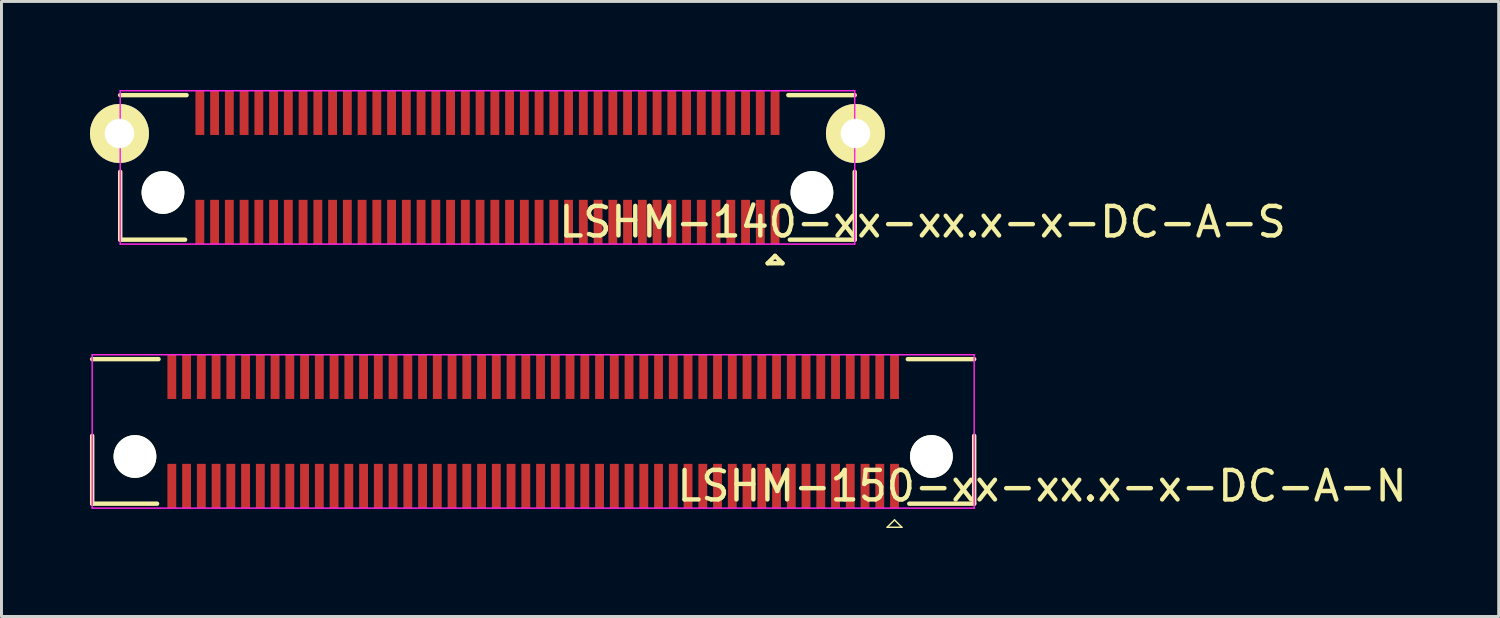
<source format=kicad_pcb>
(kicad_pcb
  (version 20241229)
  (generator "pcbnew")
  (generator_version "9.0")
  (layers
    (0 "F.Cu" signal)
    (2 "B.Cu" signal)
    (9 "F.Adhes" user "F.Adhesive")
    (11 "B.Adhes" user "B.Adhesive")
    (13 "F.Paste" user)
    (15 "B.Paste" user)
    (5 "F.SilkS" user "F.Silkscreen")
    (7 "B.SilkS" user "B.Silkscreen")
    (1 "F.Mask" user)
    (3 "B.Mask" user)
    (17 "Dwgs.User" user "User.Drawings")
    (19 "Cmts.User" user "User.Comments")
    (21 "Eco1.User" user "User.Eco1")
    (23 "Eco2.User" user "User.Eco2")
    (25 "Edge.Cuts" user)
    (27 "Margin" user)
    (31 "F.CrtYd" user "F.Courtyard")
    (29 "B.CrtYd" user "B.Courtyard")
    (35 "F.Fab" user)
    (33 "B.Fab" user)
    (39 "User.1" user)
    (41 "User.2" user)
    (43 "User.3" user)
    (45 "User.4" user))
  (footprint "LSHM-150-xx-xx.x-x-DC-A-N"
    (layer "F.Cu")
    (at 15.025 11.575)
    (property "Reference" "LSHM-150-xx-xx.x-x-DC-A-N" (at 17.25 1.85 0) (layer "F.SilkS") (effects (font (size 1 1) (thickness 0.15))))
    (attr smd)
    (fp_line (start -14.95 -2.45) (end -12.7 -2.45) (stroke (width 0.15) (type solid)) (layer "F.SilkS"))
    (fp_line (start -14.95 2.45) (end -14.95 0.15) (stroke (width 0.15) (type solid)) (layer "F.SilkS"))
    (fp_line (start -12.75 2.45) (end -14.95 2.45) (stroke (width 0.15) (type solid)) (layer "F.SilkS"))
    (fp_line (start 12 3.25) (end 12.5 3.25) (stroke (width 0.05) (type solid)) (layer "F.SilkS"))
    (fp_line (start 12.25 3) (end 12 3.25) (stroke (width 0.05) (type solid)) (layer "F.SilkS"))
    (fp_line (start 12.5 3.25) (end 12.25 3) (stroke (width 0.05) (type solid)) (layer "F.SilkS"))
    (fp_line (start 12.7 -2.45) (end 14.95 -2.45) (stroke (width 0.15) (type solid)) (layer "F.SilkS"))
    (fp_line (start 14.95 0.15) (end 14.95 2.45) (stroke (width 0.15) (type solid)) (layer "F.SilkS"))
    (fp_line (start 14.95 2.45) (end 12.75 2.45) (stroke (width 0.15) (type solid)) (layer "F.SilkS"))
    (fp_line (start -14.95 -2.6) (end -14.95 2.6) (stroke (width 0.05) (type solid)) (layer "F.CrtYd"))
    (fp_line (start -14.95 2.6) (end 14.95 2.6) (stroke (width 0.05) (type solid)) (layer "F.CrtYd"))
    (fp_line (start 14.95 -2.6) (end -14.95 -2.6) (stroke (width 0.05) (type solid)) (layer "F.CrtYd"))
    (fp_line (start 14.95 2.6) (end 14.95 -2.6) (stroke (width 0.05) (type solid)) (layer "F.CrtYd"))
    (pad "" np_thru_hole circle (at -13.5 0.85) (size 1.45 1.45) (drill 1.45) (layers "*.Cu" "*.Mask" "F.SilkS"))
    (pad "" np_thru_hole circle (at 13.5 0.85) (size 1.45 1.45) (drill 1.45) (layers "*.Cu" "*.Mask" "F.SilkS"))
    (pad "1" smd rect (at 12.25 1.85) (size 0.3 1.5) (layers "F.Cu" "F.Mask" "F.Paste"))
    (pad "2" smd rect (at 12.25 -1.85) (size 0.3 1.5) (layers "F.Cu" "F.Mask" "F.Paste"))
    (pad "3" smd rect (at 11.75 1.85) (size 0.3 1.5) (layers "F.Cu" "F.Mask" "F.Paste"))
    (pad "4" smd rect (at 11.75 -1.85) (size 0.3 1.5) (layers "F.Cu" "F.Mask" "F.Paste"))
    (pad "5" smd rect (at 11.25 1.85) (size 0.3 1.5) (layers "F.Cu" "F.Mask" "F.Paste"))
    (pad "6" smd rect (at 11.25 -1.85) (size 0.3 1.5) (layers "F.Cu" "F.Mask" "F.Paste"))
    (pad "7" smd rect (at 10.75 1.85) (size 0.3 1.5) (layers "F.Cu" "F.Mask" "F.Paste"))
    (pad "8" smd rect (at 10.75 -1.85) (size 0.3 1.5) (layers "F.Cu" "F.Mask" "F.Paste"))
    (pad "9" smd rect (at 10.25 1.85) (size 0.3 1.5) (layers "F.Cu" "F.Mask" "F.Paste"))
    (pad "10" smd rect (at 10.25 -1.85) (size 0.3 1.5) (layers "F.Cu" "F.Mask" "F.Paste"))
    (pad "11" smd rect (at 9.75 1.85) (size 0.3 1.5) (layers "F.Cu" "F.Mask" "F.Paste"))
    (pad "12" smd rect (at 9.75 -1.85) (size 0.3 1.5) (layers "F.Cu" "F.Mask" "F.Paste"))
    (pad "13" smd rect (at 9.25 1.85) (size 0.3 1.5) (layers "F.Cu" "F.Mask" "F.Paste"))
    (pad "14" smd rect (at 9.25 -1.85) (size 0.3 1.5) (layers "F.Cu" "F.Mask" "F.Paste"))
    (pad "15" smd rect (at 8.75 1.85) (size 0.3 1.5) (layers "F.Cu" "F.Mask" "F.Paste"))
    (pad "16" smd rect (at 8.75 -1.85) (size 0.3 1.5) (layers "F.Cu" "F.Mask" "F.Paste"))
    (pad "17" smd rect (at 8.25 1.85) (size 0.3 1.5) (layers "F.Cu" "F.Mask" "F.Paste"))
    (pad "18" smd rect (at 8.25 -1.85) (size 0.3 1.5) (layers "F.Cu" "F.Mask" "F.Paste"))
    (pad "19" smd rect (at 7.75 1.85) (size 0.3 1.5) (layers "F.Cu" "F.Mask" "F.Paste"))
    (pad "20" smd rect (at 7.75 -1.85) (size 0.3 1.5) (layers "F.Cu" "F.Mask" "F.Paste"))
    (pad "21" smd rect (at 7.25 1.85) (size 0.3 1.5) (layers "F.Cu" "F.Mask" "F.Paste"))
    (pad "22" smd rect (at 7.25 -1.85) (size 0.3 1.5) (layers "F.Cu" "F.Mask" "F.Paste"))
    (pad "23" smd rect (at 6.75 1.85) (size 0.3 1.5) (layers "F.Cu" "F.Mask" "F.Paste"))
    (pad "24" smd rect (at 6.75 -1.85) (size 0.3 1.5) (layers "F.Cu" "F.Mask" "F.Paste"))
    (pad "25" smd rect (at 6.25 1.85) (size 0.3 1.5) (layers "F.Cu" "F.Mask" "F.Paste"))
    (pad "26" smd rect (at 6.25 -1.85) (size 0.3 1.5) (layers "F.Cu" "F.Mask" "F.Paste"))
    (pad "27" smd rect (at 5.75 1.85) (size 0.3 1.5) (layers "F.Cu" "F.Mask" "F.Paste"))
    (pad "28" smd rect (at 5.75 -1.85) (size 0.3 1.5) (layers "F.Cu" "F.Mask" "F.Paste"))
    (pad "29" smd rect (at 5.25 1.85) (size 0.3 1.5) (layers "F.Cu" "F.Mask" "F.Paste"))
    (pad "30" smd rect (at 5.25 -1.85) (size 0.3 1.5) (layers "F.Cu" "F.Mask" "F.Paste"))
    (pad "31" smd rect (at 4.75 1.85) (size 0.3 1.5) (layers "F.Cu" "F.Mask" "F.Paste"))
    (pad "32" smd rect (at 4.75 -1.85) (size 0.3 1.5) (layers "F.Cu" "F.Mask" "F.Paste"))
    (pad "33" smd rect (at 4.25 1.85) (size 0.3 1.5) (layers "F.Cu" "F.Mask" "F.Paste"))
    (pad "34" smd rect (at 4.25 -1.85) (size 0.3 1.5) (layers "F.Cu" "F.Mask" "F.Paste"))
    (pad "35" smd rect (at 3.75 1.85) (size 0.3 1.5) (layers "F.Cu" "F.Mask" "F.Paste"))
    (pad "36" smd rect (at 3.75 -1.85) (size 0.3 1.5) (layers "F.Cu" "F.Mask" "F.Paste"))
    (pad "37" smd rect (at 3.25 1.85) (size 0.3 1.5) (layers "F.Cu" "F.Mask" "F.Paste"))
    (pad "38" smd rect (at 3.25 -1.85) (size 0.3 1.5) (layers "F.Cu" "F.Mask" "F.Paste"))
    (pad "39" smd rect (at 2.75 1.85) (size 0.3 1.5) (layers "F.Cu" "F.Mask" "F.Paste"))
    (pad "40" smd rect (at 2.75 -1.85) (size 0.3 1.5) (layers "F.Cu" "F.Mask" "F.Paste"))
    (pad "41" smd rect (at 2.25 1.85) (size 0.3 1.5) (layers "F.Cu" "F.Mask" "F.Paste"))
    (pad "42" smd rect (at 2.25 -1.85) (size 0.3 1.5) (layers "F.Cu" "F.Mask" "F.Paste"))
    (pad "43" smd rect (at 1.75 1.85) (size 0.3 1.5) (layers "F.Cu" "F.Mask" "F.Paste"))
    (pad "44" smd rect (at 1.75 -1.85) (size 0.3 1.5) (layers "F.Cu" "F.Mask" "F.Paste"))
    (pad "45" smd rect (at 1.25 1.85) (size 0.3 1.5) (layers "F.Cu" "F.Mask" "F.Paste"))
    (pad "46" smd rect (at 1.25 -1.85) (size 0.3 1.5) (layers "F.Cu" "F.Mask" "F.Paste"))
    (pad "47" smd rect (at 0.75 1.85) (size 0.3 1.5) (layers "F.Cu" "F.Mask" "F.Paste"))
    (pad "48" smd rect (at 0.75 -1.85) (size 0.3 1.5) (layers "F.Cu" "F.Mask" "F.Paste"))
    (pad "49" smd rect (at 0.25 1.85) (size 0.3 1.5) (layers "F.Cu" "F.Mask" "F.Paste"))
    (pad "50" smd rect (at 0.25 -1.85) (size 0.3 1.5) (layers "F.Cu" "F.Mask" "F.Paste"))
    (pad "51" smd rect (at -0.25 1.85) (size 0.3 1.5) (layers "F.Cu" "F.Mask" "F.Paste"))
    (pad "52" smd rect (at -0.25 -1.85) (size 0.3 1.5) (layers "F.Cu" "F.Mask" "F.Paste"))
    (pad "53" smd rect (at -0.75 1.85) (size 0.3 1.5) (layers "F.Cu" "F.Mask" "F.Paste"))
    (pad "54" smd rect (at -0.75 -1.85) (size 0.3 1.5) (layers "F.Cu" "F.Mask" "F.Paste"))
    (pad "55" smd rect (at -1.25 1.85) (size 0.3 1.5) (layers "F.Cu" "F.Mask" "F.Paste"))
    (pad "56" smd rect (at -1.25 -1.85) (size 0.3 1.5) (layers "F.Cu" "F.Mask" "F.Paste"))
    (pad "57" smd rect (at -1.75 1.85) (size 0.3 1.5) (layers "F.Cu" "F.Mask" "F.Paste"))
    (pad "58" smd rect (at -1.75 -1.85) (size 0.3 1.5) (layers "F.Cu" "F.Mask" "F.Paste"))
    (pad "59" smd rect (at -2.25 1.85) (size 0.3 1.5) (layers "F.Cu" "F.Mask" "F.Paste"))
    (pad "60" smd rect (at -2.25 -1.85) (size 0.3 1.5) (layers "F.Cu" "F.Mask" "F.Paste"))
    (pad "61" smd rect (at -2.75 1.85) (size 0.3 1.5) (layers "F.Cu" "F.Mask" "F.Paste"))
    (pad "62" smd rect (at -2.75 -1.85) (size 0.3 1.5) (layers "F.Cu" "F.Mask" "F.Paste"))
    (pad "63" smd rect (at -3.25 1.85) (size 0.3 1.5) (layers "F.Cu" "F.Mask" "F.Paste"))
    (pad "64" smd rect (at -3.25 -1.85) (size 0.3 1.5) (layers "F.Cu" "F.Mask" "F.Paste"))
    (pad "65" smd rect (at -3.75 1.85) (size 0.3 1.5) (layers "F.Cu" "F.Mask" "F.Paste"))
    (pad "66" smd rect (at -3.75 -1.85) (size 0.3 1.5) (layers "F.Cu" "F.Mask" "F.Paste"))
    (pad "67" smd rect (at -4.25 1.85) (size 0.3 1.5) (layers "F.Cu" "F.Mask" "F.Paste"))
    (pad "68" smd rect (at -4.25 -1.85) (size 0.3 1.5) (layers "F.Cu" "F.Mask" "F.Paste"))
    (pad "69" smd rect (at -4.75 1.85) (size 0.3 1.5) (layers "F.Cu" "F.Mask" "F.Paste"))
    (pad "70" smd rect (at -4.75 -1.85) (size 0.3 1.5) (layers "F.Cu" "F.Mask" "F.Paste"))
    (pad "71" smd rect (at -5.25 1.85) (size 0.3 1.5) (layers "F.Cu" "F.Mask" "F.Paste"))
    (pad "72" smd rect (at -5.25 -1.85) (size 0.3 1.5) (layers "F.Cu" "F.Mask" "F.Paste"))
    (pad "73" smd rect (at -5.75 1.85) (size 0.3 1.5) (layers "F.Cu" "F.Mask" "F.Paste"))
    (pad "74" smd rect (at -5.75 -1.85) (size 0.3 1.5) (layers "F.Cu" "F.Mask" "F.Paste"))
    (pad "75" smd rect (at -6.25 1.85) (size 0.3 1.5) (layers "F.Cu" "F.Mask" "F.Paste"))
    (pad "76" smd rect (at -6.25 -1.85) (size 0.3 1.5) (layers "F.Cu" "F.Mask" "F.Paste"))
    (pad "77" smd rect (at -6.75 1.85) (size 0.3 1.5) (layers "F.Cu" "F.Mask" "F.Paste"))
    (pad "78" smd rect (at -6.75 -1.85) (size 0.3 1.5) (layers "F.Cu" "F.Mask" "F.Paste"))
    (pad "79" smd rect (at -7.25 1.85) (size 0.3 1.5) (layers "F.Cu" "F.Mask" "F.Paste"))
    (pad "80" smd rect (at -7.25 -1.85) (size 0.3 1.5) (layers "F.Cu" "F.Mask" "F.Paste"))
    (pad "81" smd rect (at -7.75 1.85) (size 0.3 1.5) (layers "F.Cu" "F.Mask" "F.Paste"))
    (pad "82" smd rect (at -7.75 -1.85) (size 0.3 1.5) (layers "F.Cu" "F.Mask" "F.Paste"))
    (pad "83" smd rect (at -8.25 1.85) (size 0.3 1.5) (layers "F.Cu" "F.Mask" "F.Paste"))
    (pad "84" smd rect (at -8.25 -1.85) (size 0.3 1.5) (layers "F.Cu" "F.Mask" "F.Paste"))
    (pad "85" smd rect (at -8.75 1.85) (size 0.3 1.5) (layers "F.Cu" "F.Mask" "F.Paste"))
    (pad "86" smd rect (at -8.75 -1.85) (size 0.3 1.5) (layers "F.Cu" "F.Mask" "F.Paste"))
    (pad "87" smd rect (at -9.25 1.85) (size 0.3 1.5) (layers "F.Cu" "F.Mask" "F.Paste"))
    (pad "88" smd rect (at -9.25 -1.85) (size 0.3 1.5) (layers "F.Cu" "F.Mask" "F.Paste"))
    (pad "89" smd rect (at -9.75 1.85) (size 0.3 1.5) (layers "F.Cu" "F.Mask" "F.Paste"))
    (pad "90" smd rect (at -9.75 -1.85) (size 0.3 1.5) (layers "F.Cu" "F.Mask" "F.Paste"))
    (pad "91" smd rect (at -10.25 1.85) (size 0.3 1.5) (layers "F.Cu" "F.Mask" "F.Paste"))
    (pad "92" smd rect (at -10.25 -1.85) (size 0.3 1.5) (layers "F.Cu" "F.Mask" "F.Paste"))
    (pad "93" smd rect (at -10.75 1.85) (size 0.3 1.5) (layers "F.Cu" "F.Mask" "F.Paste"))
    (pad "94" smd rect (at -10.75 -1.85) (size 0.3 1.5) (layers "F.Cu" "F.Mask" "F.Paste"))
    (pad "95" smd rect (at -11.25 1.85) (size 0.3 1.5) (layers "F.Cu" "F.Mask" "F.Paste"))
    (pad "96" smd rect (at -11.25 -1.85) (size 0.3 1.5) (layers "F.Cu" "F.Mask" "F.Paste"))
    (pad "97" smd rect (at -11.75 1.85) (size 0.3 1.5) (layers "F.Cu" "F.Mask" "F.Paste"))
    (pad "98" smd rect (at -11.75 -1.85) (size 0.3 1.5) (layers "F.Cu" "F.Mask" "F.Paste"))
    (pad "99" smd rect (at -12.25 1.85) (size 0.3 1.5) (layers "F.Cu" "F.Mask" "F.Paste"))
    (pad "100" smd rect (at -12.25 -1.85) (size 0.3 1.5) (layers "F.Cu" "F.Mask" "F.Paste")))
  (footprint "LSHM-140-xx-xx.x-x-DC-A-S"
    (layer "F.Cu")
    (at 13.475 2.625)
    (property "Reference" "LSHM-140-xx-xx.x-x-DC-A-S" (at 14.75 1.85 0) (layer "F.SilkS") (effects (font (size 1 1) (thickness 0.15))))
    (attr smd)
    (fp_line (start -12.45 -2.45) (end -10.2 -2.45) (stroke (width 0.15) (type solid)) (layer "F.SilkS"))
    (fp_line (start -12.45 2.45) (end -12.45 0.15) (stroke (width 0.15) (type solid)) (layer "F.SilkS"))
    (fp_line (start -10.25 2.45) (end -12.45 2.45) (stroke (width 0.15) (type solid)) (layer "F.SilkS"))
    (fp_line (start 9.5 3.25) (end 10 3.25) (stroke (width 0.15) (type solid)) (layer "F.SilkS"))
    (fp_line (start 9.75 3) (end 9.5 3.25) (stroke (width 0.15) (type solid)) (layer "F.SilkS"))
    (fp_line (start 10 3.25) (end 9.75 3) (stroke (width 0.15) (type solid)) (layer "F.SilkS"))
    (fp_line (start 10.2 -2.45) (end 12.45 -2.45) (stroke (width 0.15) (type solid)) (layer "F.SilkS"))
    (fp_line (start 12.45 0.15) (end 12.45 2.45) (stroke (width 0.15) (type solid)) (layer "F.SilkS"))
    (fp_line (start 12.45 2.45) (end 10.25 2.45) (stroke (width 0.15) (type solid)) (layer "F.SilkS"))
    (fp_line (start -12.45 -2.6) (end -12.45 2.6) (stroke (width 0.05) (type solid)) (layer "F.CrtYd"))
    (fp_line (start -12.45 2.6) (end 12.45 2.6) (stroke (width 0.05) (type solid)) (layer "F.CrtYd"))
    (fp_line (start 12.45 -2.6) (end -12.45 -2.6) (stroke (width 0.05) (type solid)) (layer "F.CrtYd"))
    (fp_line (start 12.45 2.6) (end 12.45 -2.6) (stroke (width 0.05) (type solid)) (layer "F.CrtYd"))
    (pad "" np_thru_hole circle (at -11 0.85) (size 1.45 1.45) (drill 1.45) (layers "*.Cu" "*.Mask" "F.SilkS"))
    (pad "" np_thru_hole circle (at 11 0.85) (size 1.45 1.45) (drill 1.45) (layers "*.Cu" "*.Mask" "F.SilkS"))
    (pad "1" smd rect (at 9.75 1.85) (size 0.3 1.5) (layers "F.Cu" "F.Mask" "F.Paste"))
    (pad "2" smd rect (at 9.75 -1.85) (size 0.3 1.5) (layers "F.Cu" "F.Mask" "F.Paste"))
    (pad "3" smd rect (at 9.25 1.85) (size 0.3 1.5) (layers "F.Cu" "F.Mask" "F.Paste"))
    (pad "4" smd rect (at 9.25 -1.85) (size 0.3 1.5) (layers "F.Cu" "F.Mask" "F.Paste"))
    (pad "5" smd rect (at 8.75 1.85) (size 0.3 1.5) (layers "F.Cu" "F.Mask" "F.Paste"))
    (pad "6" smd rect (at 8.75 -1.85) (size 0.3 1.5) (layers "F.Cu" "F.Mask" "F.Paste"))
    (pad "7" smd rect (at 8.25 1.85) (size 0.3 1.5) (layers "F.Cu" "F.Mask" "F.Paste"))
    (pad "8" smd rect (at 8.25 -1.85) (size 0.3 1.5) (layers "F.Cu" "F.Mask" "F.Paste"))
    (pad "9" smd rect (at 7.75 1.85) (size 0.3 1.5) (layers "F.Cu" "F.Mask" "F.Paste"))
    (pad "10" smd rect (at 7.75 -1.85) (size 0.3 1.5) (layers "F.Cu" "F.Mask" "F.Paste"))
    (pad "11" smd rect (at 7.25 1.85) (size 0.3 1.5) (layers "F.Cu" "F.Mask" "F.Paste"))
    (pad "12" smd rect (at 7.25 -1.85) (size 0.3 1.5) (layers "F.Cu" "F.Mask" "F.Paste"))
    (pad "13" smd rect (at 6.75 1.85) (size 0.3 1.5) (layers "F.Cu" "F.Mask" "F.Paste"))
    (pad "14" smd rect (at 6.75 -1.85) (size 0.3 1.5) (layers "F.Cu" "F.Mask" "F.Paste"))
    (pad "15" smd rect (at 6.25 1.85) (size 0.3 1.5) (layers "F.Cu" "F.Mask" "F.Paste"))
    (pad "16" smd rect (at 6.25 -1.85) (size 0.3 1.5) (layers "F.Cu" "F.Mask" "F.Paste"))
    (pad "17" smd rect (at 5.75 1.85) (size 0.3 1.5) (layers "F.Cu" "F.Mask" "F.Paste"))
    (pad "18" smd rect (at 5.75 -1.85) (size 0.3 1.5) (layers "F.Cu" "F.Mask" "F.Paste"))
    (pad "19" smd rect (at 5.25 1.85) (size 0.3 1.5) (layers "F.Cu" "F.Mask" "F.Paste"))
    (pad "20" smd rect (at 5.25 -1.85) (size 0.3 1.5) (layers "F.Cu" "F.Mask" "F.Paste"))
    (pad "21" smd rect (at 4.75 1.85) (size 0.3 1.5) (layers "F.Cu" "F.Mask" "F.Paste"))
    (pad "22" smd rect (at 4.75 -1.85) (size 0.3 1.5) (layers "F.Cu" "F.Mask" "F.Paste"))
    (pad "23" smd rect (at 4.25 1.85) (size 0.3 1.5) (layers "F.Cu" "F.Mask" "F.Paste"))
    (pad "24" smd rect (at 4.25 -1.85) (size 0.3 1.5) (layers "F.Cu" "F.Mask" "F.Paste"))
    (pad "25" smd rect (at 3.75 1.85) (size 0.3 1.5) (layers "F.Cu" "F.Mask" "F.Paste"))
    (pad "26" smd rect (at 3.75 -1.85) (size 0.3 1.5) (layers "F.Cu" "F.Mask" "F.Paste"))
    (pad "27" smd rect (at 3.25 1.85) (size 0.3 1.5) (layers "F.Cu" "F.Mask" "F.Paste"))
    (pad "28" smd rect (at 3.25 -1.85) (size 0.3 1.5) (layers "F.Cu" "F.Mask" "F.Paste"))
    (pad "29" smd rect (at 2.75 1.85) (size 0.3 1.5) (layers "F.Cu" "F.Mask" "F.Paste"))
    (pad "30" smd rect (at 2.75 -1.85) (size 0.3 1.5) (layers "F.Cu" "F.Mask" "F.Paste"))
    (pad "31" smd rect (at 2.25 1.85) (size 0.3 1.5) (layers "F.Cu" "F.Mask" "F.Paste"))
    (pad "32" smd rect (at 2.25 -1.85) (size 0.3 1.5) (layers "F.Cu" "F.Mask" "F.Paste"))
    (pad "33" smd rect (at 1.75 1.85) (size 0.3 1.5) (layers "F.Cu" "F.Mask" "F.Paste"))
    (pad "34" smd rect (at 1.75 -1.85) (size 0.3 1.5) (layers "F.Cu" "F.Mask" "F.Paste"))
    (pad "35" smd rect (at 1.25 1.85) (size 0.3 1.5) (layers "F.Cu" "F.Mask" "F.Paste"))
    (pad "36" smd rect (at 1.25 -1.85) (size 0.3 1.5) (layers "F.Cu" "F.Mask" "F.Paste"))
    (pad "37" smd rect (at 0.75 1.85) (size 0.3 1.5) (layers "F.Cu" "F.Mask" "F.Paste"))
    (pad "38" smd rect (at 0.75 -1.85) (size 0.3 1.5) (layers "F.Cu" "F.Mask" "F.Paste"))
    (pad "39" smd rect (at 0.25 1.85) (size 0.3 1.5) (layers "F.Cu" "F.Mask" "F.Paste"))
    (pad "40" smd rect (at 0.25 -1.85) (size 0.3 1.5) (layers "F.Cu" "F.Mask" "F.Paste"))
    (pad "41" smd rect (at -0.25 1.85) (size 0.3 1.5) (layers "F.Cu" "F.Mask" "F.Paste"))
    (pad "42" smd rect (at -0.25 -1.85) (size 0.3 1.5) (layers "F.Cu" "F.Mask" "F.Paste"))
    (pad "43" smd rect (at -0.75 1.85) (size 0.3 1.5) (layers "F.Cu" "F.Mask" "F.Paste"))
    (pad "44" smd rect (at -0.75 -1.85) (size 0.3 1.5) (layers "F.Cu" "F.Mask" "F.Paste"))
    (pad "45" smd rect (at -1.25 1.85) (size 0.3 1.5) (layers "F.Cu" "F.Mask" "F.Paste"))
    (pad "46" smd rect (at -1.25 -1.85) (size 0.3 1.5) (layers "F.Cu" "F.Mask" "F.Paste"))
    (pad "47" smd rect (at -1.75 1.85) (size 0.3 1.5) (layers "F.Cu" "F.Mask" "F.Paste"))
    (pad "48" smd rect (at -1.75 -1.85) (size 0.3 1.5) (layers "F.Cu" "F.Mask" "F.Paste"))
    (pad "49" smd rect (at -2.25 1.85) (size 0.3 1.5) (layers "F.Cu" "F.Mask" "F.Paste"))
    (pad "50" smd rect (at -2.25 -1.85) (size 0.3 1.5) (layers "F.Cu" "F.Mask" "F.Paste"))
    (pad "51" smd rect (at -2.75 1.85) (size 0.3 1.5) (layers "F.Cu" "F.Mask" "F.Paste"))
    (pad "52" smd rect (at -2.75 -1.85) (size 0.3 1.5) (layers "F.Cu" "F.Mask" "F.Paste"))
    (pad "53" smd rect (at -3.25 1.85) (size 0.3 1.5) (layers "F.Cu" "F.Mask" "F.Paste"))
    (pad "54" smd rect (at -3.25 -1.85) (size 0.3 1.5) (layers "F.Cu" "F.Mask" "F.Paste"))
    (pad "55" smd rect (at -3.75 1.85) (size 0.3 1.5) (layers "F.Cu" "F.Mask" "F.Paste"))
    (pad "56" smd rect (at -3.75 -1.85) (size 0.3 1.5) (layers "F.Cu" "F.Mask" "F.Paste"))
    (pad "57" smd rect (at -4.25 1.85) (size 0.3 1.5) (layers "F.Cu" "F.Mask" "F.Paste"))
    (pad "58" smd rect (at -4.25 -1.85) (size 0.3 1.5) (layers "F.Cu" "F.Mask" "F.Paste"))
    (pad "59" smd rect (at -4.75 1.85) (size 0.3 1.5) (layers "F.Cu" "F.Mask" "F.Paste"))
    (pad "60" smd rect (at -4.75 -1.85) (size 0.3 1.5) (layers "F.Cu" "F.Mask" "F.Paste"))
    (pad "61" smd rect (at -5.25 1.85) (size 0.3 1.5) (layers "F.Cu" "F.Mask" "F.Paste"))
    (pad "62" smd rect (at -5.25 -1.85) (size 0.3 1.5) (layers "F.Cu" "F.Mask" "F.Paste"))
    (pad "63" smd rect (at -5.75 1.85) (size 0.3 1.5) (layers "F.Cu" "F.Mask" "F.Paste"))
    (pad "64" smd rect (at -5.75 -1.85) (size 0.3 1.5) (layers "F.Cu" "F.Mask" "F.Paste"))
    (pad "65" smd rect (at -6.25 1.85) (size 0.3 1.5) (layers "F.Cu" "F.Mask" "F.Paste"))
    (pad "66" smd rect (at -6.25 -1.85) (size 0.3 1.5) (layers "F.Cu" "F.Mask" "F.Paste"))
    (pad "67" smd rect (at -6.75 1.85) (size 0.3 1.5) (layers "F.Cu" "F.Mask" "F.Paste"))
    (pad "68" smd rect (at -6.75 -1.85) (size 0.3 1.5) (layers "F.Cu" "F.Mask" "F.Paste"))
    (pad "69" smd rect (at -7.25 1.85) (size 0.3 1.5) (layers "F.Cu" "F.Mask" "F.Paste"))
    (pad "70" smd rect (at -7.25 -1.85) (size 0.3 1.5) (layers "F.Cu" "F.Mask" "F.Paste"))
    (pad "71" smd rect (at -7.75 1.85) (size 0.3 1.5) (layers "F.Cu" "F.Mask" "F.Paste"))
    (pad "72" smd rect (at -7.75 -1.85) (size 0.3 1.5) (layers "F.Cu" "F.Mask" "F.Paste"))
    (pad "73" smd rect (at -8.25 1.85) (size 0.3 1.5) (layers "F.Cu" "F.Mask" "F.Paste"))
    (pad "74" smd rect (at -8.25 -1.85) (size 0.3 1.5) (layers "F.Cu" "F.Mask" "F.Paste"))
    (pad "75" smd rect (at -8.75 1.85) (size 0.3 1.5) (layers "F.Cu" "F.Mask" "F.Paste"))
    (pad "76" smd rect (at -8.75 -1.85) (size 0.3 1.5) (layers "F.Cu" "F.Mask" "F.Paste"))
    (pad "77" smd rect (at -9.25 1.85) (size 0.3 1.5) (layers "F.Cu" "F.Mask" "F.Paste"))
    (pad "78" smd rect (at -9.25 -1.85) (size 0.3 1.5) (layers "F.Cu" "F.Mask" "F.Paste"))
    (pad "79" smd rect (at -9.75 1.85) (size 0.3 1.5) (layers "F.Cu" "F.Mask" "F.Paste"))
    (pad "80" smd rect (at -9.75 -1.85) (size 0.3 1.5) (layers "F.Cu" "F.Mask" "F.Paste"))
    (pad "81" thru_hole circle (at -12.475 -1.15) (size 2 2) (drill 1) (layers "*.Cu" "*.Mask" "F.SilkS"))
    (pad "81" thru_hole circle (at 12.475 -1.15) (size 2 2) (drill 1) (layers "*.Cu" "*.Mask" "F.SilkS")))
  (gr_rect
    (start -3 -3)
    (end 47.757 17.85)
    (stroke (width 0.1) (type default))
    (fill no)
    (layer "Edge.Cuts")))
</source>
